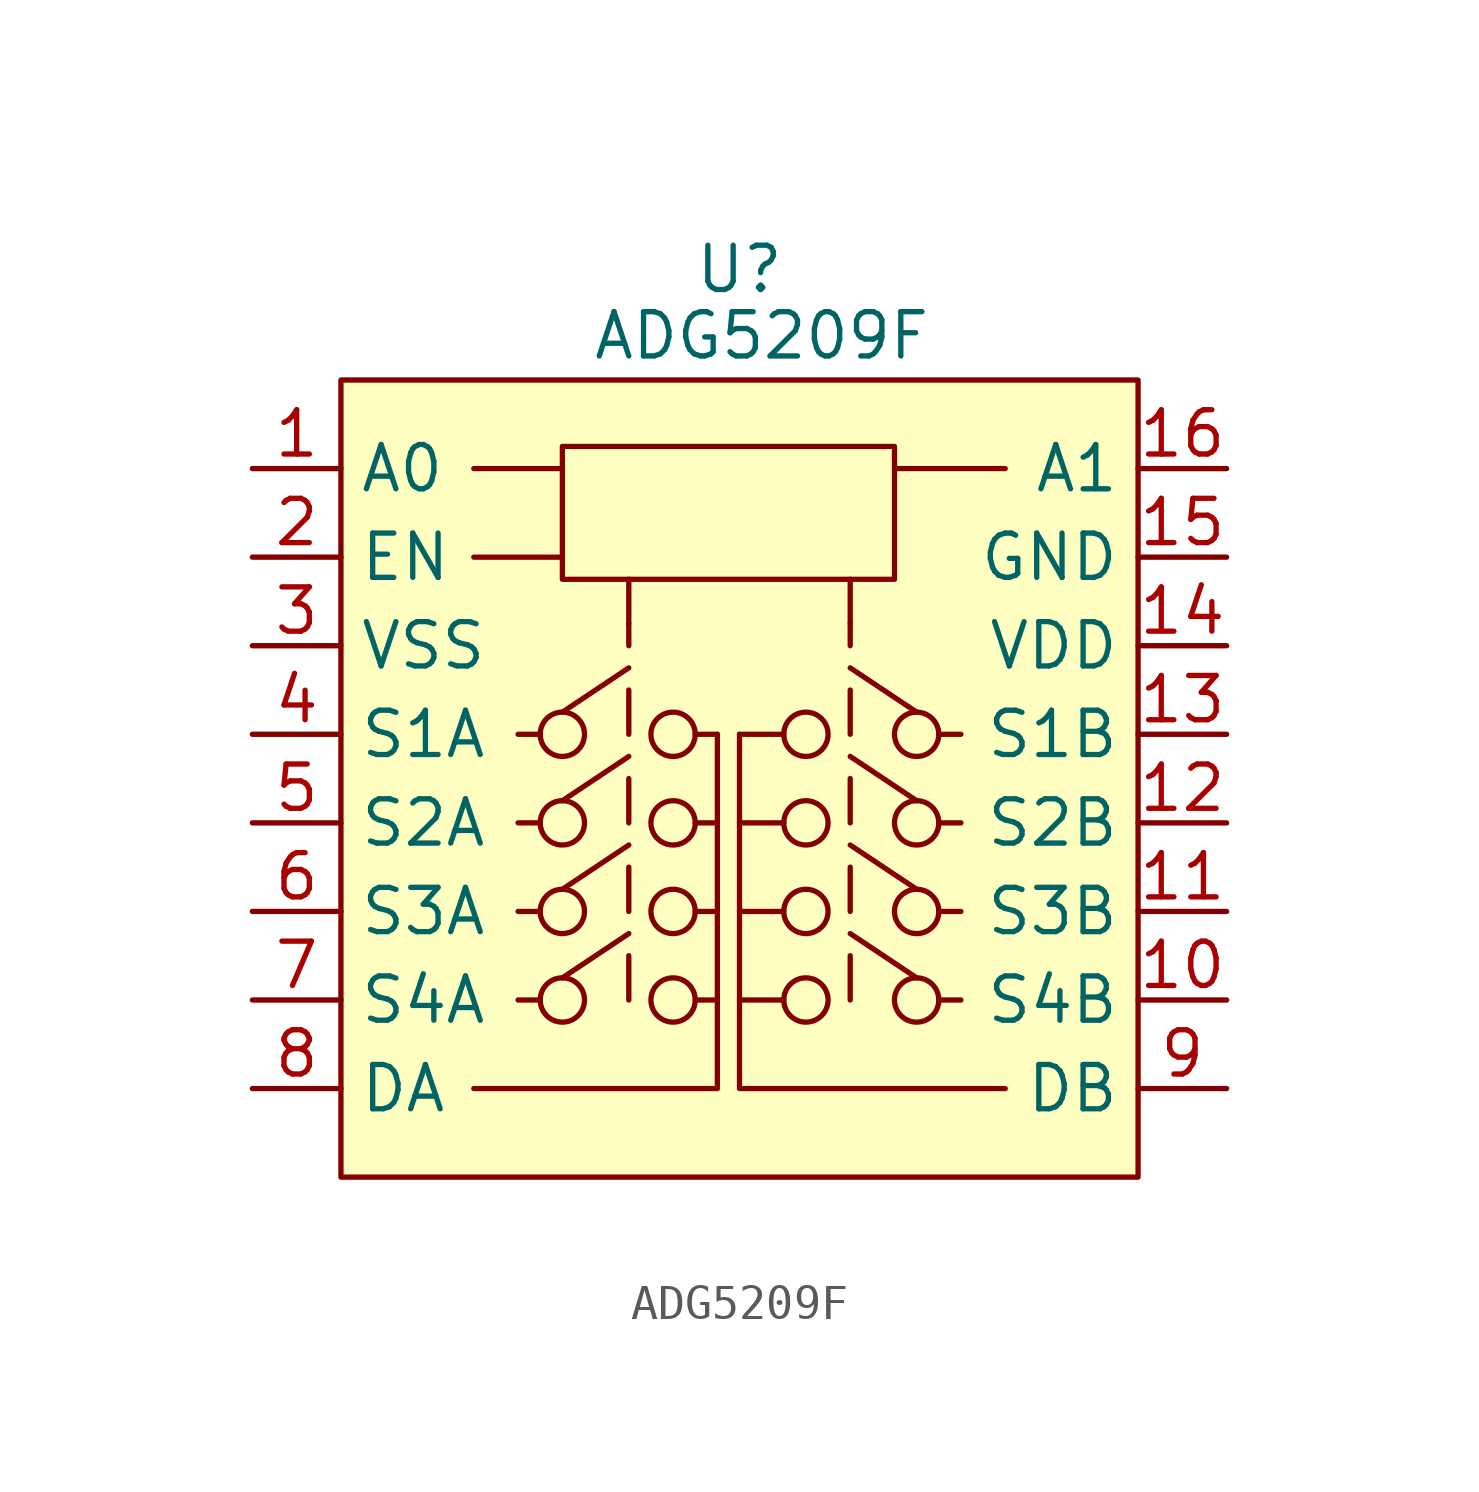
<source format=kicad_sym>
(kicad_symbol_lib
  (version 20211014)
  (generator kicad_symbol_editor)
  (symbol "ADG5209F"
    (property "Reference" "U"
      (at 0 3.175 0)
      (effects (font (size 1.27 1.27))))
    (property "Value" "ADG5209F"
      (at 0.635 1.27 0)
      (effects (font (size 1.27 1.27))))
    (symbol "ADG5209F_0_1"
      (rectangle (start -11.43 0) (end 11.43 -22.86) (stroke (width 0.152) (type default) (color 0 0 0 0)) (fill (type background)))
      (circle (center -5.08 -17.78) (radius 0.635) (stroke (width 0.152) (type default) (color 0 0 0 0)) (fill (type none)))
      (circle (center -5.08 -15.24) (radius 0.635) (stroke (width 0.152) (type default) (color 0 0 0 0)) (fill (type none)))
      (circle (center -5.08 -12.7) (radius 0.635) (stroke (width 0.152) (type default) (color 0 0 0 0)) (fill (type none)))
      (circle (center -5.08 -10.16) (radius 0.635) (stroke (width 0.152) (type default) (color 0 0 0 0)) (fill (type none)))
      (rectangle (start -5.08 -1.905) (end 4.445 -5.715) (stroke (width 0.152) (type default) (color 0 0 0 0)) (fill (type none)))
      (circle (center -1.905 -17.78) (radius 0.635) (stroke (width 0.152) (type default) (color 0 0 0 0)) (fill (type none)))
      (circle (center -1.905 -15.24) (radius 0.635) (stroke (width 0.152) (type default) (color 0 0 0 0)) (fill (type none)))
      (circle (center -1.905 -12.7) (radius 0.635) (stroke (width 0.152) (type default) (color 0 0 0 0)) (fill (type none)))
      (circle (center -1.905 -10.16) (radius 0.635) (stroke (width 0.152) (type default) (color 0 0 0 0)) (fill (type none)))
      (polyline (pts (xy -7.62 -5.08) (xy -5.08 -5.08)) (stroke (width 0.152) (type default) (color 0 0 0 0)) (fill (type none)))
      (polyline (pts (xy -7.62 -2.54) (xy -5.08 -2.54)) (stroke (width 0.152) (type default) (color 0 0 0 0)) (fill (type none)))
      (polyline (pts (xy -5.08 -17.145) (xy -3.175 -15.875)) (stroke (width 0.152) (type default) (color 0 0 0 0)) (fill (type none)))
      (polyline (pts (xy -5.08 -14.605) (xy -3.175 -13.335)) (stroke (width 0.152) (type default) (color 0 0 0 0)) (fill (type none)))
      (polyline (pts (xy -5.08 -12.065) (xy -3.175 -10.795)) (stroke (width 0.152) (type default) (color 0 0 0 0)) (fill (type none)))
      (polyline (pts (xy -5.08 -9.525) (xy -3.175 -8.255)) (stroke (width 0.152) (type default) (color 0 0 0 0)) (fill (type none)))
      (polyline (pts (xy -3.175 -16.51) (xy -3.175 -17.78)) (stroke (width 0.152) (type default) (color 0 0 0 0)) (fill (type none)))
      (polyline (pts (xy -3.175 -13.97) (xy -3.175 -15.24)) (stroke (width 0.152) (type default) (color 0 0 0 0)) (fill (type none)))
      (polyline (pts (xy -3.175 -11.43) (xy -3.175 -12.7)) (stroke (width 0.152) (type default) (color 0 0 0 0)) (fill (type none)))
      (polyline (pts (xy -3.175 -8.89) (xy -3.175 -10.16)) (stroke (width 0.152) (type default) (color 0 0 0 0)) (fill (type none)))
      (polyline (pts (xy -3.175 -6.985) (xy -3.175 -7.62)) (stroke (width 0.152) (type default) (color 0 0 0 0)) (fill (type none)))
      (polyline (pts (xy -3.175 -5.715) (xy -3.175 -6.985)) (stroke (width 0.152) (type default) (color 0 0 0 0)) (fill (type none)))
      (polyline (pts (xy -1.27 -17.78) (xy -0.635 -17.78)) (stroke (width 0.152) (type default) (color 0 0 0 0)) (fill (type none)))
      (polyline (pts (xy -1.27 -15.24) (xy -0.635 -15.24)) (stroke (width 0.152) (type default) (color 0 0 0 0)) (fill (type none)))
      (polyline (pts (xy -1.27 -12.7) (xy -0.635 -12.7)) (stroke (width 0.152) (type default) (color 0 0 0 0)) (fill (type none)))
      (polyline (pts (xy -1.27 -10.16) (xy -0.635 -10.16)) (stroke (width 0.152) (type default) (color 0 0 0 0)) (fill (type none)))
      (polyline (pts (xy 1.27 -17.78) (xy 0 -17.78)) (stroke (width 0.152) (type default) (color 0 0 0 0)) (fill (type none)))
      (polyline (pts (xy 1.27 -15.24) (xy 0 -15.24)) (stroke (width 0.152) (type default) (color 0 0 0 0)) (fill (type none)))
      (polyline (pts (xy 1.27 -12.7) (xy 0 -12.7)) (stroke (width 0.152) (type default) (color 0 0 0 0)) (fill (type none)))
      (polyline (pts (xy 1.27 -10.16) (xy 0 -10.16)) (stroke (width 0.152) (type default) (color 0 0 0 0)) (fill (type none)))
      (polyline (pts (xy 3.175 -16.51) (xy 3.175 -17.78)) (stroke (width 0.152) (type default) (color 0 0 0 0)) (fill (type none)))
      (polyline (pts (xy 3.175 -13.97) (xy 3.175 -15.24)) (stroke (width 0.152) (type default) (color 0 0 0 0)) (fill (type none)))
      (polyline (pts (xy 3.175 -11.43) (xy 3.175 -12.7)) (stroke (width 0.152) (type default) (color 0 0 0 0)) (fill (type none)))
      (polyline (pts (xy 3.175 -8.89) (xy 3.175 -10.16)) (stroke (width 0.152) (type default) (color 0 0 0 0)) (fill (type none)))
      (polyline (pts (xy 3.175 -6.985) (xy 3.175 -7.62)) (stroke (width 0.152) (type default) (color 0 0 0 0)) (fill (type none)))
      (polyline (pts (xy 3.175 -5.715) (xy 3.175 -6.985)) (stroke (width 0.152) (type default) (color 0 0 0 0)) (fill (type none)))
      (polyline (pts (xy 4.445 -2.54) (xy 7.62 -2.54)) (stroke (width 0.152) (type default) (color 0 0 0 0)) (fill (type none)))
      (polyline (pts (xy 5.08 -17.145) (xy 3.175 -15.875)) (stroke (width 0.152) (type default) (color 0 0 0 0)) (fill (type none)))
      (polyline (pts (xy 5.08 -14.605) (xy 3.175 -13.335)) (stroke (width 0.152) (type default) (color 0 0 0 0)) (fill (type none)))
      (polyline (pts (xy 5.08 -12.065) (xy 3.175 -10.795)) (stroke (width 0.152) (type default) (color 0 0 0 0)) (fill (type none)))
      (polyline (pts (xy 5.08 -9.525) (xy 3.175 -8.255)) (stroke (width 0.152) (type default) (color 0 0 0 0)) (fill (type none)))
      (polyline (pts (xy -7.62 -20.32) (xy -0.635 -20.32) (xy -0.635 -10.16)) (stroke (width 0.152) (type default) (color 0 0 0 0)) (fill (type none)))
      (polyline (pts (xy -5.715 -17.78) (xy -6.35 -17.78) (xy -6.35 -17.78)) (stroke (width 0.152) (type default) (color 0 0 0 0)) (fill (type none)))
      (polyline (pts (xy -5.715 -15.24) (xy -6.35 -15.24) (xy -6.35 -15.24)) (stroke (width 0.152) (type default) (color 0 0 0 0)) (fill (type none)))
      (polyline (pts (xy -5.715 -12.7) (xy -6.35 -12.7) (xy -6.35 -12.7)) (stroke (width 0.152) (type default) (color 0 0 0 0)) (fill (type none)))
      (polyline (pts (xy -5.715 -10.16) (xy -6.35 -10.16) (xy -6.35 -10.16)) (stroke (width 0.152) (type default) (color 0 0 0 0)) (fill (type none)))
      (polyline (pts (xy 0 -10.16) (xy 0 -20.32) (xy 7.62 -20.32)) (stroke (width 0.152) (type default) (color 0 0 0 0)) (fill (type none)))
      (polyline (pts (xy 5.715 -17.78) (xy 6.35 -17.78) (xy 6.35 -17.78)) (stroke (width 0.152) (type default) (color 0 0 0 0)) (fill (type none)))
      (polyline (pts (xy 5.715 -15.24) (xy 6.35 -15.24) (xy 6.35 -15.24)) (stroke (width 0.152) (type default) (color 0 0 0 0)) (fill (type none)))
      (polyline (pts (xy 5.715 -12.7) (xy 6.35 -12.7) (xy 6.35 -12.7)) (stroke (width 0.152) (type default) (color 0 0 0 0)) (fill (type none)))
      (polyline (pts (xy 5.715 -10.16) (xy 6.35 -10.16) (xy 6.35 -10.16)) (stroke (width 0.152) (type default) (color 0 0 0 0)) (fill (type none)))
      (circle (center 1.905 -17.78) (radius 0.635) (stroke (width 0.152) (type default) (color 0 0 0 0)) (fill (type none)))
      (circle (center 1.905 -15.24) (radius 0.635) (stroke (width 0.152) (type default) (color 0 0 0 0)) (fill (type none)))
      (circle (center 1.905 -12.7) (radius 0.635) (stroke (width 0.152) (type default) (color 0 0 0 0)) (fill (type none)))
      (circle (center 1.905 -10.16) (radius 0.635) (stroke (width 0.152) (type default) (color 0 0 0 0)) (fill (type none)))
      (circle (center 5.08 -17.78) (radius 0.635) (stroke (width 0.152) (type default) (color 0 0 0 0)) (fill (type none)))
      (circle (center 5.08 -15.24) (radius 0.635) (stroke (width 0.152) (type default) (color 0 0 0 0)) (fill (type none)))
      (circle (center 5.08 -12.7) (radius 0.635) (stroke (width 0.152) (type default) (color 0 0 0 0)) (fill (type none)))
      (circle (center 5.08 -10.16) (radius 0.635) (stroke (width 0.152) (type default) (color 0 0 0 0)) (fill (type none))))
    (symbol "ADG5209F_1_1"
      (pin input line (at -13.97 -2.54 0) (length 2.54) (name "A0" (effects (font (size 1.27 1.27)))) (number "1" (effects (font (size 1.27 1.27)))))
      (pin bidirectional line (at 13.97 -17.78 180) (length 2.54) (name "S4B" (effects (font (size 1.27 1.27)))) (number "10" (effects (font (size 1.27 1.27)))))
      (pin bidirectional line (at 13.97 -15.24 180) (length 2.54) (name "S3B" (effects (font (size 1.27 1.27)))) (number "11" (effects (font (size 1.27 1.27)))))
      (pin bidirectional line (at 13.97 -12.7 180) (length 2.54) (name "S2B" (effects (font (size 1.27 1.27)))) (number "12" (effects (font (size 1.27 1.27)))))
      (pin bidirectional line (at 13.97 -10.16 180) (length 2.54) (name "S1B" (effects (font (size 1.27 1.27)))) (number "13" (effects (font (size 1.27 1.27)))))
      (pin power_in line (at 13.97 -7.62 180) (length 2.54) (name "VDD" (effects (font (size 1.27 1.27)))) (number "14" (effects (font (size 1.27 1.27)))))
      (pin input line (at 13.97 -5.08 180) (length 2.54) (name "GND" (effects (font (size 1.27 1.27)))) (number "15" (effects (font (size 1.27 1.27)))))
      (pin input line (at 13.97 -2.54 180) (length 2.54) (name "A1" (effects (font (size 1.27 1.27)))) (number "16" (effects (font (size 1.27 1.27)))))
      (pin input line (at -13.97 -5.08 0) (length 2.54) (name "EN" (effects (font (size 1.27 1.27)))) (number "2" (effects (font (size 1.27 1.27)))))
      (pin power_in line (at -13.97 -7.62 0) (length 2.54) (name "VSS" (effects (font (size 1.27 1.27)))) (number "3" (effects (font (size 1.27 1.27)))))
      (pin bidirectional line (at -13.97 -10.16 0) (length 2.54) (name "S1A" (effects (font (size 1.27 1.27)))) (number "4" (effects (font (size 1.27 1.27)))))
      (pin bidirectional line (at -13.97 -12.7 0) (length 2.54) (name "S2A" (effects (font (size 1.27 1.27)))) (number "5" (effects (font (size 1.27 1.27)))))
      (pin bidirectional line (at -13.97 -15.24 0) (length 2.54) (name "S3A" (effects (font (size 1.27 1.27)))) (number "6" (effects (font (size 1.27 1.27)))))
      (pin bidirectional line (at -13.97 -17.78 0) (length 2.54) (name "S4A" (effects (font (size 1.27 1.27)))) (number "7" (effects (font (size 1.27 1.27)))))
      (pin bidirectional line (at -13.97 -20.32 0) (length 2.54) (name "DA" (effects (font (size 1.27 1.27)))) (number "8" (effects (font (size 1.27 1.27)))))
      (pin bidirectional line (at 13.97 -20.32 180) (length 2.54) (name "DB" (effects (font (size 1.27 1.27)))) (number "9" (effects (font (size 1.27 1.27))))))))
</source>
